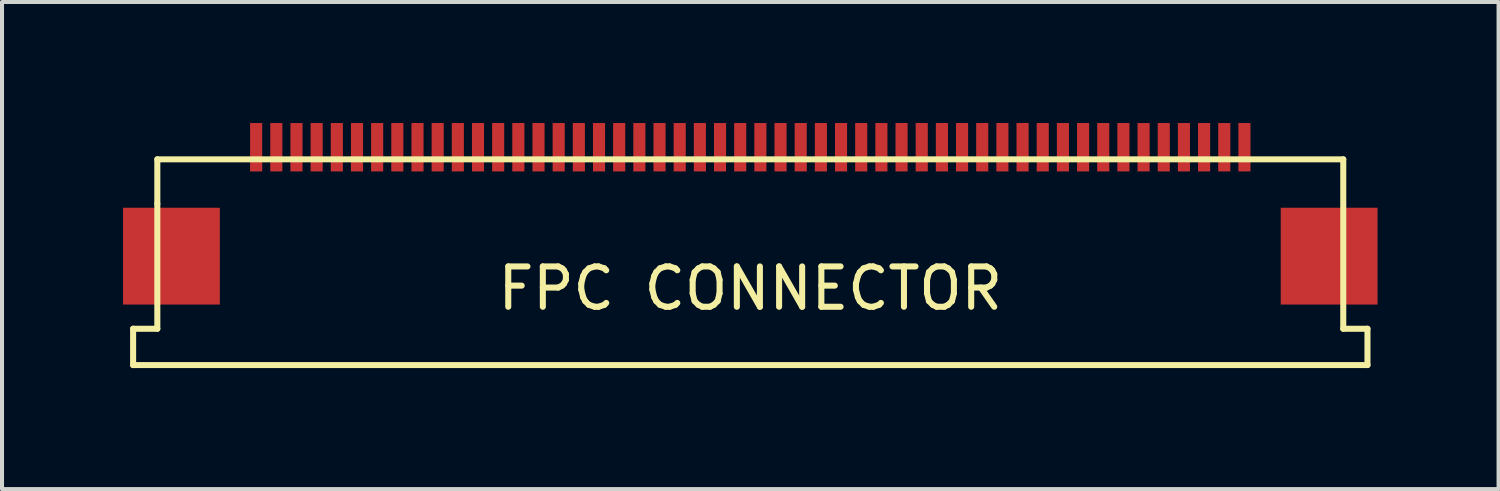
<source format=kicad_pcb>
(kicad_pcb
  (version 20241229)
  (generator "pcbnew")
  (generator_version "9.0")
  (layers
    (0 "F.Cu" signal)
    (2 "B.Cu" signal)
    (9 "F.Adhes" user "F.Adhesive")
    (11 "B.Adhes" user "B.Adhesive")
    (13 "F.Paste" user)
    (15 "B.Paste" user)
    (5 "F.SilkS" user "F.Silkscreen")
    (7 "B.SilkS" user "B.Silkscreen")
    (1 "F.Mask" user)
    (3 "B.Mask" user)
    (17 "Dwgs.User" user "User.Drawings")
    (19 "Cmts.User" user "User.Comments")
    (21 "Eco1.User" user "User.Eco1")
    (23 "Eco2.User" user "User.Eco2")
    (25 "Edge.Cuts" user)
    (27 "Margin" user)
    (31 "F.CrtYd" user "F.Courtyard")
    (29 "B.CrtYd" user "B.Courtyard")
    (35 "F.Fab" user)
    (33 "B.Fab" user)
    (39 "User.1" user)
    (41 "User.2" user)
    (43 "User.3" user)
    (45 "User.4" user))
  (footprint "FPC CONNECTOR"
    (layer "F.Cu")
    (at 15.55 1.2)
    (property "Reference" "FPC CONNECTOR" (at 0 2.9 0) (layer "F.SilkS") (effects (font (size 1 1) (thickness 0.15))))
    (attr through_hole)
    (fp_line (start -15.3 3.9) (end -15.3 4.8) (stroke (width 0.15) (type solid)) (layer "F.SilkS"))
    (fp_line (start -14.7 -0.3) (end 14.7 -0.3) (stroke (width 0.15) (type solid)) (layer "F.SilkS"))
    (fp_line (start -14.7 0.8) (end -14.7 -0.3) (stroke (width 0.15) (type solid)) (layer "F.SilkS"))
    (fp_line (start -14.7 0.8) (end -14.7 3.9) (stroke (width 0.15) (type solid)) (layer "F.SilkS"))
    (fp_line (start -14.7 3.9) (end -15.3 3.9) (stroke (width 0.15) (type solid)) (layer "F.SilkS"))
    (fp_line (start 14.7 -0.3) (end 14.7 3.9) (stroke (width 0.15) (type solid)) (layer "F.SilkS"))
    (fp_line (start 15.3 3.9) (end 14.7 3.9) (stroke (width 0.15) (type solid)) (layer "F.SilkS"))
    (fp_line (start 15.3 3.9) (end 15.3 4.8) (stroke (width 0.15) (type solid)) (layer "F.SilkS"))
    (fp_line (start 15.3 4.8) (end -15.3 4.8) (stroke (width 0.15) (type solid)) (layer "F.SilkS"))
    (pad "1" smd rect (at -12.25 -0.6) (size 0.3 1.2) (layers "F.Cu" "F.Mask" "F.Paste"))
    (pad "2" smd rect (at -11.75 -0.6) (size 0.3 1.2) (layers "F.Cu" "F.Mask" "F.Paste"))
    (pad "3" smd rect (at -11.25 -0.6) (size 0.3 1.2) (layers "F.Cu" "F.Mask" "F.Paste"))
    (pad "4" smd rect (at -10.75 -0.6) (size 0.3 1.2) (layers "F.Cu" "F.Mask" "F.Paste"))
    (pad "5" smd rect (at -10.25 -0.6) (size 0.3 1.2) (layers "F.Cu" "F.Mask" "F.Paste"))
    (pad "6" smd rect (at -9.75 -0.6) (size 0.3 1.2) (layers "F.Cu" "F.Mask" "F.Paste"))
    (pad "7" smd rect (at -9.25 -0.6) (size 0.3 1.2) (layers "F.Cu" "F.Mask" "F.Paste"))
    (pad "8" smd rect (at -8.75 -0.6) (size 0.3 1.2) (layers "F.Cu" "F.Mask" "F.Paste"))
    (pad "9" smd rect (at -8.25 -0.6) (size 0.3 1.2) (layers "F.Cu" "F.Mask" "F.Paste"))
    (pad "10" smd rect (at -7.75 -0.6) (size 0.3 1.2) (layers "F.Cu" "F.Mask" "F.Paste"))
    (pad "11" smd rect (at -7.25 -0.6) (size 0.3 1.2) (layers "F.Cu" "F.Mask" "F.Paste"))
    (pad "12" smd rect (at -6.75 -0.6) (size 0.3 1.2) (layers "F.Cu" "F.Mask" "F.Paste"))
    (pad "13" smd rect (at -6.25 -0.6) (size 0.3 1.2) (layers "F.Cu" "F.Mask" "F.Paste"))
    (pad "14" smd rect (at -5.75 -0.6) (size 0.3 1.2) (layers "F.Cu" "F.Mask" "F.Paste"))
    (pad "15" smd rect (at -5.25 -0.6) (size 0.3 1.2) (layers "F.Cu" "F.Mask" "F.Paste"))
    (pad "16" smd rect (at -4.75 -0.6) (size 0.3 1.2) (layers "F.Cu" "F.Mask" "F.Paste"))
    (pad "17" smd rect (at -4.25 -0.6) (size 0.3 1.2) (layers "F.Cu" "F.Mask" "F.Paste"))
    (pad "18" smd rect (at -3.75 -0.6) (size 0.3 1.2) (layers "F.Cu" "F.Mask" "F.Paste"))
    (pad "19" smd rect (at -3.25 -0.6) (size 0.3 1.2) (layers "F.Cu" "F.Mask" "F.Paste"))
    (pad "20" smd rect (at -2.75 -0.6) (size 0.3 1.2) (layers "F.Cu" "F.Mask" "F.Paste"))
    (pad "21" smd rect (at -2.25 -0.6) (size 0.3 1.2) (layers "F.Cu" "F.Mask" "F.Paste"))
    (pad "22" smd rect (at -1.75 -0.6) (size 0.3 1.2) (layers "F.Cu" "F.Mask" "F.Paste"))
    (pad "23" smd rect (at -1.25 -0.6) (size 0.3 1.2) (layers "F.Cu" "F.Mask" "F.Paste"))
    (pad "24" smd rect (at -0.75 -0.6) (size 0.3 1.2) (layers "F.Cu" "F.Mask" "F.Paste"))
    (pad "25" smd rect (at -0.25 -0.6) (size 0.3 1.2) (layers "F.Cu" "F.Mask" "F.Paste"))
    (pad "26" smd rect (at 0.25 -0.6) (size 0.3 1.2) (layers "F.Cu" "F.Mask" "F.Paste"))
    (pad "27" smd rect (at 0.75 -0.6) (size 0.3 1.2) (layers "F.Cu" "F.Mask" "F.Paste"))
    (pad "28" smd rect (at 1.25 -0.6) (size 0.3 1.2) (layers "F.Cu" "F.Mask" "F.Paste"))
    (pad "29" smd rect (at 1.75 -0.6) (size 0.3 1.2) (layers "F.Cu" "F.Mask" "F.Paste"))
    (pad "30" smd rect (at 2.25 -0.6) (size 0.3 1.2) (layers "F.Cu" "F.Mask" "F.Paste"))
    (pad "31" smd rect (at 2.75 -0.6) (size 0.3 1.2) (layers "F.Cu" "F.Mask" "F.Paste"))
    (pad "32" smd rect (at 3.25 -0.6) (size 0.3 1.2) (layers "F.Cu" "F.Mask" "F.Paste"))
    (pad "33" smd rect (at 3.75 -0.6) (size 0.3 1.2) (layers "F.Cu" "F.Mask" "F.Paste"))
    (pad "34" smd rect (at 4.25 -0.6) (size 0.3 1.2) (layers "F.Cu" "F.Mask" "F.Paste"))
    (pad "35" smd rect (at 4.75 -0.6) (size 0.3 1.2) (layers "F.Cu" "F.Mask" "F.Paste"))
    (pad "36" smd rect (at 5.25 -0.6) (size 0.3 1.2) (layers "F.Cu" "F.Mask" "F.Paste"))
    (pad "37" smd rect (at 5.75 -0.6) (size 0.3 1.2) (layers "F.Cu" "F.Mask" "F.Paste"))
    (pad "38" smd rect (at 6.25 -0.6) (size 0.3 1.2) (layers "F.Cu" "F.Mask" "F.Paste"))
    (pad "39" smd rect (at 6.75 -0.6) (size 0.3 1.2) (layers "F.Cu" "F.Mask" "F.Paste"))
    (pad "40" smd rect (at 7.25 -0.6) (size 0.3 1.2) (layers "F.Cu" "F.Mask" "F.Paste"))
    (pad "41" smd rect (at 7.75 -0.6) (size 0.3 1.2) (layers "F.Cu" "F.Mask" "F.Paste"))
    (pad "42" smd rect (at 8.25 -0.6) (size 0.3 1.2) (layers "F.Cu" "F.Mask" "F.Paste"))
    (pad "43" smd rect (at 8.75 -0.6) (size 0.3 1.2) (layers "F.Cu" "F.Mask" "F.Paste"))
    (pad "44" smd rect (at 9.25 -0.6) (size 0.3 1.2) (layers "F.Cu" "F.Mask" "F.Paste"))
    (pad "45" smd rect (at 9.75 -0.6) (size 0.3 1.2) (layers "F.Cu" "F.Mask" "F.Paste"))
    (pad "46" smd rect (at 10.25 -0.6) (size 0.3 1.2) (layers "F.Cu" "F.Mask" "F.Paste"))
    (pad "47" smd rect (at 10.75 -0.6) (size 0.3 1.2) (layers "F.Cu" "F.Mask" "F.Paste"))
    (pad "48" smd rect (at 11.25 -0.6) (size 0.3 1.2) (layers "F.Cu" "F.Mask" "F.Paste"))
    (pad "49" smd rect (at 11.75 -0.6) (size 0.3 1.2) (layers "F.Cu" "F.Mask" "F.Paste"))
    (pad "50" smd rect (at 12.25 -0.6) (size 0.3 1.2) (layers "F.Cu" "F.Mask" "F.Paste"))
    (pad "51" smd rect (at -14.35 2.1) (size 2.4 2.4) (layers "F.Cu" "F.Mask" "F.Paste"))
    (pad "52" smd rect (at 14.35 2.1) (size 2.4 2.4) (layers "F.Cu" "F.Mask" "F.Paste")))
  (gr_rect
    (start -3 -3)
    (end 34.1 9.075)
    (stroke (width 0.1) (type default))
    (fill no)
    (layer "Edge.Cuts")))
</source>
